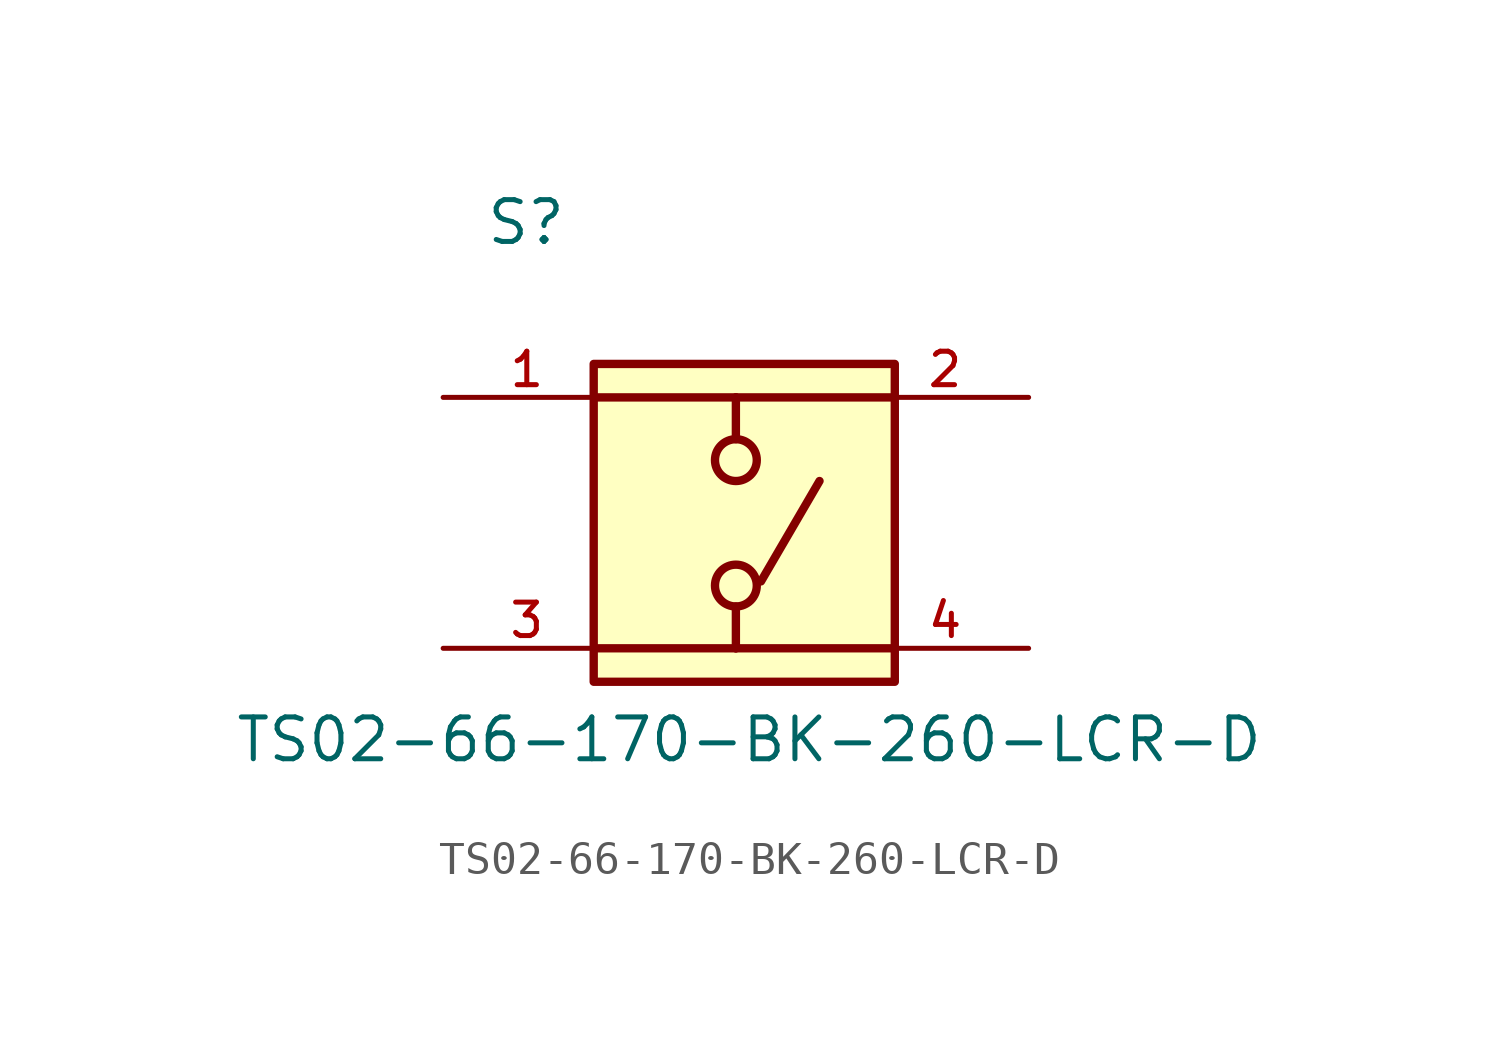
<source format=kicad_sym>
(kicad_symbol_lib
  (version 20231120)
  (generator "kicad_symbol_editor")
  (generator_version "8.0")
  (symbol "TS02-66-170-BK-260-LCR-D"
    (pin_names
      (offset 1.016))
    (property "Reference" "S"
      (at -7.62 8.382 0)
      (effects (font (size 1.27 1.27)) (justify left bottom)))
    (property "Value" "TS02-66-170-BK-260-LCR-D"
      (at -15.24 -5.842 0)
      (effects (font (size 1.27 1.27)) (justify left top)))
    (symbol "TS02-66-170-BK-260-LCR-D_0_0"
      (rectangle (start -4.318 4.826) (end 4.826 -4.826) (stroke (width 0.254) (type default)) (fill (type background)))
      (circle (center 0 -1.905) (radius 0.635) (stroke (width 0.254) (type default)) (fill (type none)))
      (polyline (pts (xy 0 -3.81) (xy -4.318 -3.81)) (stroke (width 0.254) (type default)) (fill (type none)))
      (polyline (pts (xy 0 -3.81) (xy 4.826 -3.81)) (stroke (width 0.254) (type default)) (fill (type none)))
      (polyline (pts (xy 0 -2.54) (xy 0 -3.81)) (stroke (width 0.254) (type default)) (fill (type none)))
      (polyline (pts (xy 0 3.81) (xy -4.318 3.81)) (stroke (width 0.254) (type default)) (fill (type none)))
      (polyline (pts (xy 0 3.81) (xy 0 2.54)) (stroke (width 0.254) (type default)) (fill (type none)))
      (polyline (pts (xy 0 3.81) (xy 4.826 3.81)) (stroke (width 0.254) (type default)) (fill (type none)))
      (polyline (pts (xy 0.762 -1.778) (xy 2.54 1.27)) (stroke (width 0.254) (type default)) (fill (type none)))
      (circle (center 0 1.905) (radius 0.635) (stroke (width 0.254) (type default)) (fill (type none)))
      (pin passive line (at -8.89 3.81 0) (length 5.08) (name "~" (effects (font (size 1.016 1.016)))) (number "1" (effects (font (size 1.016 1.016)))))
      (pin passive line (at 8.89 3.81 180) (length 5.08) (name "~" (effects (font (size 1.016 1.016)))) (number "2" (effects (font (size 1.016 1.016)))))
      (pin passive line (at -8.89 -3.81 0) (length 5.08) (name "~" (effects (font (size 1.016 1.016)))) (number "3" (effects (font (size 1.016 1.016)))))
      (pin passive line (at 8.89 -3.81 180) (length 5.08) (name "~" (effects (font (size 1.016 1.016)))) (number "4" (effects (font (size 1.016 1.016))))))))
</source>
